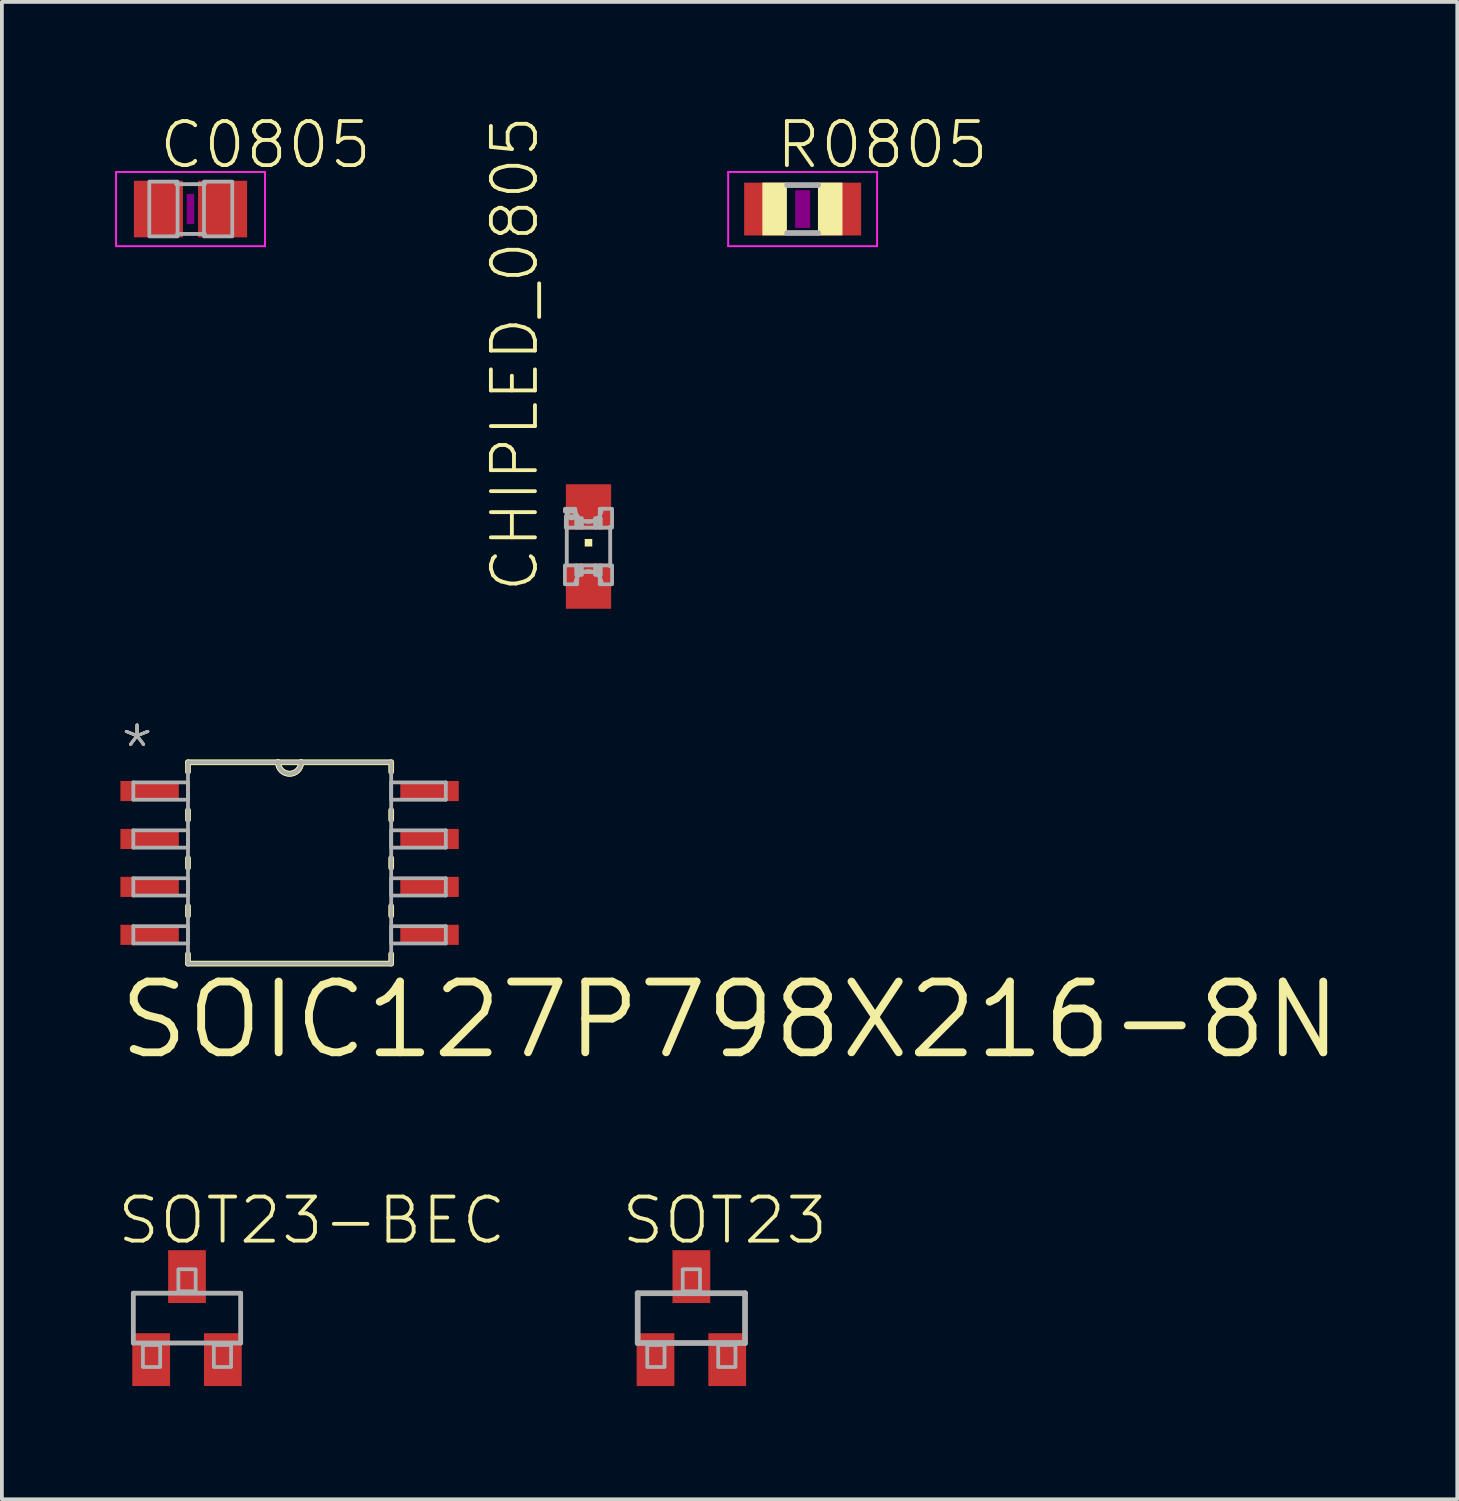
<source format=kicad_pcb>
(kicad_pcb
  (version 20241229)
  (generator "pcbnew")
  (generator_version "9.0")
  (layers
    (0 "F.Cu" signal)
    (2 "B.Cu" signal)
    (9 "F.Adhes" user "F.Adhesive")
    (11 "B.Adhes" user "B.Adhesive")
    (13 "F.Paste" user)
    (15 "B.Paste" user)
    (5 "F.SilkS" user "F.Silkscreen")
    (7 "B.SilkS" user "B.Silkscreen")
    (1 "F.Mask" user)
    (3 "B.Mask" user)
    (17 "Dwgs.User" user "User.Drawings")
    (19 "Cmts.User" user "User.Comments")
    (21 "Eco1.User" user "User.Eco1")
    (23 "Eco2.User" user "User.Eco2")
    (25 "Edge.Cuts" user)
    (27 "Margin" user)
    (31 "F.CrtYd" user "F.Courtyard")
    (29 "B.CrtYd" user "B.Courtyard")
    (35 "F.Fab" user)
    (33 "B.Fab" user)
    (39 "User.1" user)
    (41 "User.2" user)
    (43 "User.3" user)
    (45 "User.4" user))
  (footprint "CHIPLED_0805"
    (layer "F.Cu")
    (at 12.543 11.431)
    (property "Reference" "CHIPLED_0805" (at -1.27 1.27 90) (layer "F.SilkS") (effects (font (size 1.168 1.168) (thickness 0.102)) (justify left bottom)))
    (fp_poly (pts (xy -0.1 0) (xy 0.1 0) (xy 0.1 -0.2) (xy -0.1 -0.2)) (stroke (width 0) (type solid)) (fill yes) (layer "F.SilkS"))
    (fp_line (start -0.575 0.5) (end -0.575 -0.925) (stroke (width 0.102) (type solid)) (layer "F.Fab"))
    (fp_line (start 0.575 -0.525) (end 0.575 0.525) (stroke (width 0.102) (type solid)) (layer "F.Fab"))
    (fp_arc (start -0.35 1) (mid 0 0.65) (end 0.35 1) (stroke (width 0.1016) (type solid)) (layer "F.Fab"))
    (fp_arc (start 0.35 -1) (mid 0 -0.65) (end -0.35 -1) (stroke (width 0.1016) (type solid)) (layer "F.Fab"))
    (fp_circle (center -0.45 -0.85) (end -0.347 -0.85) (stroke (width 0.102) (type solid)) (fill no) (layer "F.Fab"))
    (fp_poly (pts (xy -0.625 -0.925) (xy -0.4 -0.925) (xy -0.4 -1) (xy -0.625 -1)) (stroke (width 0.1) (type solid)) (fill no) (layer "F.Fab"))
    (fp_poly (pts (xy -0.625 1) (xy -0.3 1) (xy -0.3 0.5) (xy -0.625 0.5)) (stroke (width 0.1) (type solid)) (fill no) (layer "F.Fab"))
    (fp_poly (pts (xy -0.6 -0.5) (xy -0.3 -0.5) (xy -0.3 -0.8) (xy -0.6 -0.8)) (stroke (width 0.1) (type solid)) (fill no) (layer "F.Fab"))
    (fp_poly (pts (xy -0.325 -0.5) (xy -0.175 -0.5) (xy -0.175 -0.75) (xy -0.325 -0.75)) (stroke (width 0.1) (type solid)) (fill no) (layer "F.Fab"))
    (fp_poly (pts (xy -0.325 0.75) (xy -0.175 0.75) (xy -0.175 0.5) (xy -0.325 0.5)) (stroke (width 0.1) (type solid)) (fill no) (layer "F.Fab"))
    (fp_poly (pts (xy -0.2 -0.5) (xy 0.2 -0.5) (xy 0.2 -0.675) (xy -0.2 -0.675)) (stroke (width 0.1) (type solid)) (fill no) (layer "F.Fab"))
    (fp_poly (pts (xy -0.2 0.675) (xy 0.2 0.675) (xy 0.2 0.5) (xy -0.2 0.5)) (stroke (width 0.1) (type solid)) (fill no) (layer "F.Fab"))
    (fp_poly (pts (xy 0.175 -0.5) (xy 0.325 -0.5) (xy 0.325 -0.75) (xy 0.175 -0.75)) (stroke (width 0.1) (type solid)) (fill no) (layer "F.Fab"))
    (fp_poly (pts (xy 0.175 0.75) (xy 0.325 0.75) (xy 0.325 0.5) (xy 0.175 0.5)) (stroke (width 0.1) (type solid)) (fill no) (layer "F.Fab"))
    (fp_poly (pts (xy 0.3 -0.5) (xy 0.625 -0.5) (xy 0.625 -1) (xy 0.3 -1)) (stroke (width 0.1) (type solid)) (fill no) (layer "F.Fab"))
    (fp_poly (pts (xy 0.3 1) (xy 0.625 1) (xy 0.625 0.5) (xy 0.3 0.5)) (stroke (width 0.1) (type solid)) (fill no) (layer "F.Fab"))
    (pad "A" smd rect (at 0 1.05) (size 1.2 1.2) (layers "F.Cu" "F.Mask" "F.Paste"))
    (pad "C" smd rect (at 0 -1.05) (size 1.2 1.2) (layers "F.Cu" "F.Mask" "F.Paste")))
  (footprint "SOT23"
    (layer "F.Cu")
    (at 15.269 31.876)
    (property "Reference" "SOT23" (at -1.905 -1.905 0) (layer "F.SilkS") (effects (font (size 1.168 1.168) (thickness 0.102)) (justify left bottom)))
    (fp_line (start -1.422 -0.66) (end 1.422 -0.66) (stroke (width 0.152) (type solid)) (layer "F.Fab"))
    (fp_line (start -1.422 0.66) (end -1.422 -0.66) (stroke (width 0.152) (type solid)) (layer "F.Fab"))
    (fp_line (start 1.422 -0.66) (end 1.422 0.66) (stroke (width 0.152) (type solid)) (layer "F.Fab"))
    (fp_line (start 1.422 0.66) (end -1.422 0.66) (stroke (width 0.152) (type solid)) (layer "F.Fab"))
    (fp_poly (pts (xy -1.168 1.295) (xy -0.711 1.295) (xy -0.711 0.711) (xy -1.168 0.711)) (stroke (width 0.1) (type solid)) (fill no) (layer "F.Fab"))
    (fp_poly (pts (xy -0.229 -0.711) (xy 0.229 -0.711) (xy 0.229 -1.295) (xy -0.229 -1.295)) (stroke (width 0.1) (type solid)) (fill no) (layer "F.Fab"))
    (fp_poly (pts (xy 0.711 1.295) (xy 1.168 1.295) (xy 1.168 0.711) (xy 0.711 0.711)) (stroke (width 0.1) (type solid)) (fill no) (layer "F.Fab"))
    (pad "1" smd rect (at -0.95 1.1) (size 1 1.4) (layers "F.Cu" "F.Mask" "F.Paste"))
    (pad "2" smd rect (at 0.95 1.1) (size 1 1.4) (layers "F.Cu" "F.Mask" "F.Paste"))
    (pad "3" smd rect (at 0 -1.1) (size 1 1.4) (layers "F.Cu" "F.Mask" "F.Paste")))
  (footprint "SOIC127P798X216-8N"
    (layer "F.Cu")
    (at 4.623 19.815)
    (property "Reference" "SOIC127P798X216-8N" (at -4.623 5.258 0) (layer "F.SilkS") (effects (font (size 1.875 1.875) (thickness 0.208)) (justify left bottom)))
    (fp_line (start -2.692 -2.667) (end -2.692 -2.413) (stroke (width 0.152) (type solid)) (layer "F.SilkS"))
    (fp_line (start -2.692 -1.397) (end -2.692 -1.143) (stroke (width 0.152) (type solid)) (layer "F.SilkS"))
    (fp_line (start -2.692 -0.127) (end -2.692 0.127) (stroke (width 0.152) (type solid)) (layer "F.SilkS"))
    (fp_line (start -2.692 1.143) (end -2.692 1.397) (stroke (width 0.152) (type solid)) (layer "F.SilkS"))
    (fp_line (start -2.692 2.413) (end -2.692 2.667) (stroke (width 0.152) (type solid)) (layer "F.SilkS"))
    (fp_line (start -2.692 2.667) (end 2.692 2.667) (stroke (width 0.152) (type solid)) (layer "F.SilkS"))
    (fp_line (start -0.305 -2.667) (end -2.692 -2.667) (stroke (width 0.152) (type solid)) (layer "F.SilkS"))
    (fp_line (start 0.305 -2.667) (end -0.305 -2.667) (stroke (width 0.152) (type solid)) (layer "F.SilkS"))
    (fp_line (start 2.692 -2.667) (end 0.305 -2.667) (stroke (width 0.152) (type solid)) (layer "F.SilkS"))
    (fp_line (start 2.692 -2.413) (end 2.692 -2.667) (stroke (width 0.152) (type solid)) (layer "F.SilkS"))
    (fp_line (start 2.692 -1.143) (end 2.692 -1.397) (stroke (width 0.152) (type solid)) (layer "F.SilkS"))
    (fp_line (start 2.692 0.127) (end 2.692 -0.127) (stroke (width 0.152) (type solid)) (layer "F.SilkS"))
    (fp_line (start 2.692 1.397) (end 2.692 1.143) (stroke (width 0.152) (type solid)) (layer "F.SilkS"))
    (fp_line (start 2.692 2.667) (end 2.692 2.413) (stroke (width 0.152) (type solid)) (layer "F.SilkS"))
    (fp_arc (start 0.3048 -2.667) (mid 0 -2.3622) (end -0.3048 -2.667) (stroke (width 0.1524) (type solid)) (layer "F.SilkS"))
    (fp_arc (start 0.3048 -2.667) (mid 0 -2.3622) (end -0.3048 -2.667) (stroke (width 0.1524) (type solid)) (layer "F.SilkS"))
    (fp_line (start -4.14 -2.134) (end -4.14 -1.676) (stroke (width 0.1) (type solid)) (layer "F.Fab"))
    (fp_line (start -4.14 -1.676) (end -2.692 -1.676) (stroke (width 0.1) (type solid)) (layer "F.Fab"))
    (fp_line (start -4.14 -0.864) (end -4.14 -0.406) (stroke (width 0.1) (type solid)) (layer "F.Fab"))
    (fp_line (start -4.14 -0.406) (end -2.692 -0.406) (stroke (width 0.1) (type solid)) (layer "F.Fab"))
    (fp_line (start -4.14 0.406) (end -4.14 0.864) (stroke (width 0.1) (type solid)) (layer "F.Fab"))
    (fp_line (start -4.14 0.864) (end -2.692 0.864) (stroke (width 0.1) (type solid)) (layer "F.Fab"))
    (fp_line (start -4.14 1.676) (end -4.14 2.134) (stroke (width 0.1) (type solid)) (layer "F.Fab"))
    (fp_line (start -4.14 2.134) (end -2.692 2.134) (stroke (width 0.1) (type solid)) (layer "F.Fab"))
    (fp_line (start -2.692 -2.667) (end -2.692 2.667) (stroke (width 0.1) (type solid)) (layer "F.Fab"))
    (fp_line (start -2.692 -2.134) (end -4.14 -2.134) (stroke (width 0.1) (type solid)) (layer "F.Fab"))
    (fp_line (start -2.692 -1.676) (end -2.692 -2.134) (stroke (width 0.1) (type solid)) (layer "F.Fab"))
    (fp_line (start -2.692 -0.864) (end -4.14 -0.864) (stroke (width 0.1) (type solid)) (layer "F.Fab"))
    (fp_line (start -2.692 -0.406) (end -2.692 -0.864) (stroke (width 0.1) (type solid)) (layer "F.Fab"))
    (fp_line (start -2.692 0.406) (end -4.14 0.406) (stroke (width 0.1) (type solid)) (layer "F.Fab"))
    (fp_line (start -2.692 0.864) (end -2.692 0.406) (stroke (width 0.1) (type solid)) (layer "F.Fab"))
    (fp_line (start -2.692 1.676) (end -4.14 1.676) (stroke (width 0.1) (type solid)) (layer "F.Fab"))
    (fp_line (start -2.692 2.134) (end -2.692 1.676) (stroke (width 0.1) (type solid)) (layer "F.Fab"))
    (fp_line (start -2.692 2.667) (end 2.692 2.667) (stroke (width 0.1) (type solid)) (layer "F.Fab"))
    (fp_line (start -0.305 -2.667) (end -2.692 -2.667) (stroke (width 0.1) (type solid)) (layer "F.Fab"))
    (fp_line (start 0.305 -2.667) (end -0.305 -2.667) (stroke (width 0.1) (type solid)) (layer "F.Fab"))
    (fp_line (start 2.692 -2.667) (end 0.305 -2.667) (stroke (width 0.1) (type solid)) (layer "F.Fab"))
    (fp_line (start 2.692 -2.134) (end 2.692 -1.676) (stroke (width 0.1) (type solid)) (layer "F.Fab"))
    (fp_line (start 2.692 -1.676) (end 4.14 -1.676) (stroke (width 0.1) (type solid)) (layer "F.Fab"))
    (fp_line (start 2.692 -0.864) (end 2.692 -0.406) (stroke (width 0.1) (type solid)) (layer "F.Fab"))
    (fp_line (start 2.692 -0.406) (end 4.14 -0.406) (stroke (width 0.1) (type solid)) (layer "F.Fab"))
    (fp_line (start 2.692 0.406) (end 2.692 0.864) (stroke (width 0.1) (type solid)) (layer "F.Fab"))
    (fp_line (start 2.692 0.864) (end 4.14 0.864) (stroke (width 0.1) (type solid)) (layer "F.Fab"))
    (fp_line (start 2.692 1.676) (end 2.692 2.134) (stroke (width 0.1) (type solid)) (layer "F.Fab"))
    (fp_line (start 2.692 2.134) (end 4.14 2.134) (stroke (width 0.1) (type solid)) (layer "F.Fab"))
    (fp_line (start 2.692 2.667) (end 2.692 -2.667) (stroke (width 0.1) (type solid)) (layer "F.Fab"))
    (fp_line (start 4.14 -2.134) (end 2.692 -2.134) (stroke (width 0.1) (type solid)) (layer "F.Fab"))
    (fp_line (start 4.14 -1.676) (end 4.14 -2.134) (stroke (width 0.1) (type solid)) (layer "F.Fab"))
    (fp_line (start 4.14 -0.864) (end 2.692 -0.864) (stroke (width 0.1) (type solid)) (layer "F.Fab"))
    (fp_line (start 4.14 -0.406) (end 4.14 -0.864) (stroke (width 0.1) (type solid)) (layer "F.Fab"))
    (fp_line (start 4.14 0.406) (end 2.692 0.406) (stroke (width 0.1) (type solid)) (layer "F.Fab"))
    (fp_line (start 4.14 0.864) (end 4.14 0.406) (stroke (width 0.1) (type solid)) (layer "F.Fab"))
    (fp_line (start 4.14 1.676) (end 2.692 1.676) (stroke (width 0.1) (type solid)) (layer "F.Fab"))
    (fp_line (start 4.14 2.134) (end 4.14 1.676) (stroke (width 0.1) (type solid)) (layer "F.Fab"))
    (fp_arc (start 0.3048 -2.667) (mid 0 -2.3622) (end -0.3048 -2.667) (stroke (width 0.1) (type solid)) (layer "F.Fab"))
    (fp_arc (start 0.3048 -2.667) (mid 0 -2.3622) (end -0.3048 -2.667) (stroke (width 0.1) (type solid)) (layer "F.Fab"))
    (fp_text user "*" (at -4.547 -2.311 0) (layer "F.SilkS") (effects (font (size 1.194 1.194) (thickness 0.076)) (justify left bottom)))
    (fp_text user "*" (at -4.547 -2.311 0) (layer "F.SilkS") (effects (font (size 1.194 1.194) (thickness 0.076)) (justify left bottom)))
    (fp_text user "*" (at -4.547 -2.311 0) (layer "F.Fab") (effects (font (size 1.194 1.194) (thickness 0.076)) (justify left bottom)))
    (fp_text user "*" (at -4.547 -2.311 0) (layer "F.Fab") (effects (font (size 1.194 1.194) (thickness 0.076)) (justify left bottom)))
    (pad "1" smd rect (at -3.708 -1.905) (size 1.549 0.533) (layers "F.Cu" "F.Mask" "F.Paste"))
    (pad "2" smd rect (at -3.708 -0.635) (size 1.549 0.533) (layers "F.Cu" "F.Mask" "F.Paste"))
    (pad "3" smd rect (at -3.708 0.635) (size 1.549 0.533) (layers "F.Cu" "F.Mask" "F.Paste"))
    (pad "4" smd rect (at -3.708 1.905) (size 1.549 0.533) (layers "F.Cu" "F.Mask" "F.Paste"))
    (pad "5" smd rect (at 3.708 1.905) (size 1.549 0.533) (layers "F.Cu" "F.Mask" "F.Paste"))
    (pad "6" smd rect (at 3.708 0.635) (size 1.549 0.533) (layers "F.Cu" "F.Mask" "F.Paste"))
    (pad "7" smd rect (at 3.708 -0.635) (size 1.549 0.533) (layers "F.Cu" "F.Mask" "F.Paste"))
    (pad "8" smd rect (at 3.708 -1.905) (size 1.549 0.533) (layers "F.Cu" "F.Mask" "F.Paste")))
  (footprint "R0805"
    (layer "F.Cu")
    (at 18.217 2.489)
    (property "Reference" "R0805" (at -0.762 -1.016 0) (layer "F.SilkS") (effects (font (size 1.168 1.168) (thickness 0.102)) (justify left bottom)))
    (fp_poly (pts (xy -1.067 0.699) (xy -0.417 0.699) (xy -0.417 -0.702) (xy -1.067 -0.702)) (stroke (width 0) (type solid)) (fill yes) (layer "F.SilkS"))
    (fp_poly (pts (xy 0.406 0.699) (xy 1.056 0.699) (xy 1.056 -0.702) (xy 0.406 -0.702)) (stroke (width 0) (type solid)) (fill yes) (layer "F.SilkS"))
    (fp_poly (pts (xy -0.2 0.5) (xy 0.2 0.5) (xy 0.2 -0.5) (xy -0.2 -0.5)) (stroke (width 0) (type solid)) (fill yes) (layer "F.Adhes"))
    (fp_line (start -1.973 -0.983) (end 1.973 -0.983) (stroke (width 0.051) (type solid)) (layer "F.CrtYd"))
    (fp_line (start -1.973 0.983) (end -1.973 -0.983) (stroke (width 0.051) (type solid)) (layer "F.CrtYd"))
    (fp_line (start 1.973 -0.983) (end 1.973 0.983) (stroke (width 0.051) (type solid)) (layer "F.CrtYd"))
    (fp_line (start 1.973 0.983) (end -1.973 0.983) (stroke (width 0.051) (type solid)) (layer "F.CrtYd"))
    (fp_line (start -0.41 -0.635) (end 0.41 -0.635) (stroke (width 0.152) (type solid)) (layer "F.Fab"))
    (fp_line (start -0.41 0.635) (end 0.41 0.635) (stroke (width 0.152) (type solid)) (layer "F.Fab"))
    (pad "1" smd rect (at -1 0) (size 1.1 1.4) (layers "F.Cu" "F.Mask" "F.Paste"))
    (pad "2" smd rect (at 1 0) (size 1.1 1.4) (layers "F.Cu" "F.Mask" "F.Paste")))
  (footprint "SOT23-BEC"
    (layer "F.Cu")
    (at 1.905 31.876)
    (property "Reference" "SOT23-BEC" (at -1.905 -1.905 0) (layer "F.SilkS") (effects (font (size 1.168 1.168) (thickness 0.102)) (justify left bottom)))
    (fp_line (start -1.422 -0.66) (end 1.422 -0.66) (stroke (width 0.127) (type solid)) (layer "F.Fab"))
    (fp_line (start -1.422 0.66) (end -1.422 -0.66) (stroke (width 0.127) (type solid)) (layer "F.Fab"))
    (fp_line (start 1.422 -0.66) (end 1.422 0.66) (stroke (width 0.127) (type solid)) (layer "F.Fab"))
    (fp_line (start 1.422 0.66) (end -1.422 0.66) (stroke (width 0.127) (type solid)) (layer "F.Fab"))
    (fp_poly (pts (xy -1.168 1.295) (xy -0.711 1.295) (xy -0.711 0.711) (xy -1.168 0.711)) (stroke (width 0.1) (type solid)) (fill no) (layer "F.Fab"))
    (fp_poly (pts (xy -0.229 -0.711) (xy 0.229 -0.711) (xy 0.229 -1.295) (xy -0.229 -1.295)) (stroke (width 0.1) (type solid)) (fill no) (layer "F.Fab"))
    (fp_poly (pts (xy 0.711 1.295) (xy 1.168 1.295) (xy 1.168 0.711) (xy 0.711 0.711)) (stroke (width 0.1) (type solid)) (fill no) (layer "F.Fab"))
    (pad "B" smd rect (at -0.95 1.1) (size 1 1.4) (layers "F.Cu" "F.Mask" "F.Paste"))
    (pad "C" smd rect (at 0 -1.1) (size 1 1.4) (layers "F.Cu" "F.Mask" "F.Paste"))
    (pad "E" smd rect (at 0.95 1.1) (size 1 1.4) (layers "F.Cu" "F.Mask" "F.Paste")))
  (footprint "C0805"
    (layer "F.Cu")
    (at 1.998 2.489)
    (property "Reference" "C0805" (at -0.889 -1.016 0) (layer "F.SilkS") (effects (font (size 1.168 1.168) (thickness 0.102)) (justify left bottom)))
    (fp_poly (pts (xy -0.1 0.4) (xy 0.1 0.4) (xy 0.1 -0.4) (xy -0.1 -0.4)) (stroke (width 0) (type solid)) (fill yes) (layer "F.Adhes"))
    (fp_line (start -1.973 -0.983) (end 1.973 -0.983) (stroke (width 0.051) (type solid)) (layer "F.CrtYd"))
    (fp_line (start -1.973 0.983) (end -1.973 -0.983) (stroke (width 0.051) (type solid)) (layer "F.CrtYd"))
    (fp_line (start 1.973 -0.983) (end 1.973 0.983) (stroke (width 0.051) (type solid)) (layer "F.CrtYd"))
    (fp_line (start 1.973 0.983) (end -1.973 0.983) (stroke (width 0.051) (type solid)) (layer "F.CrtYd"))
    (fp_line (start -0.381 -0.66) (end 0.381 -0.66) (stroke (width 0.102) (type solid)) (layer "F.Fab"))
    (fp_line (start -0.356 0.66) (end 0.381 0.66) (stroke (width 0.102) (type solid)) (layer "F.Fab"))
    (fp_poly (pts (xy -1.092 0.724) (xy -0.342 0.724) (xy -0.342 -0.726) (xy -1.092 -0.726)) (stroke (width 0.1) (type solid)) (fill no) (layer "F.Fab"))
    (fp_poly (pts (xy 0.356 0.724) (xy 1.106 0.724) (xy 1.106 -0.726) (xy 0.356 -0.726)) (stroke (width 0.1) (type solid)) (fill no) (layer "F.Fab"))
    (pad "1" smd rect (at -0.85 0) (size 1.3 1.5) (layers "F.Cu" "F.Mask" "F.Paste"))
    (pad "2" smd rect (at 0.85 0) (size 1.3 1.5) (layers "F.Cu" "F.Mask" "F.Paste")))
  (gr_rect
    (start -3 -3)
    (end 35.563 36.676)
    (stroke (width 0.1) (type default))
    (fill no)
    (layer "Edge.Cuts")))
</source>
